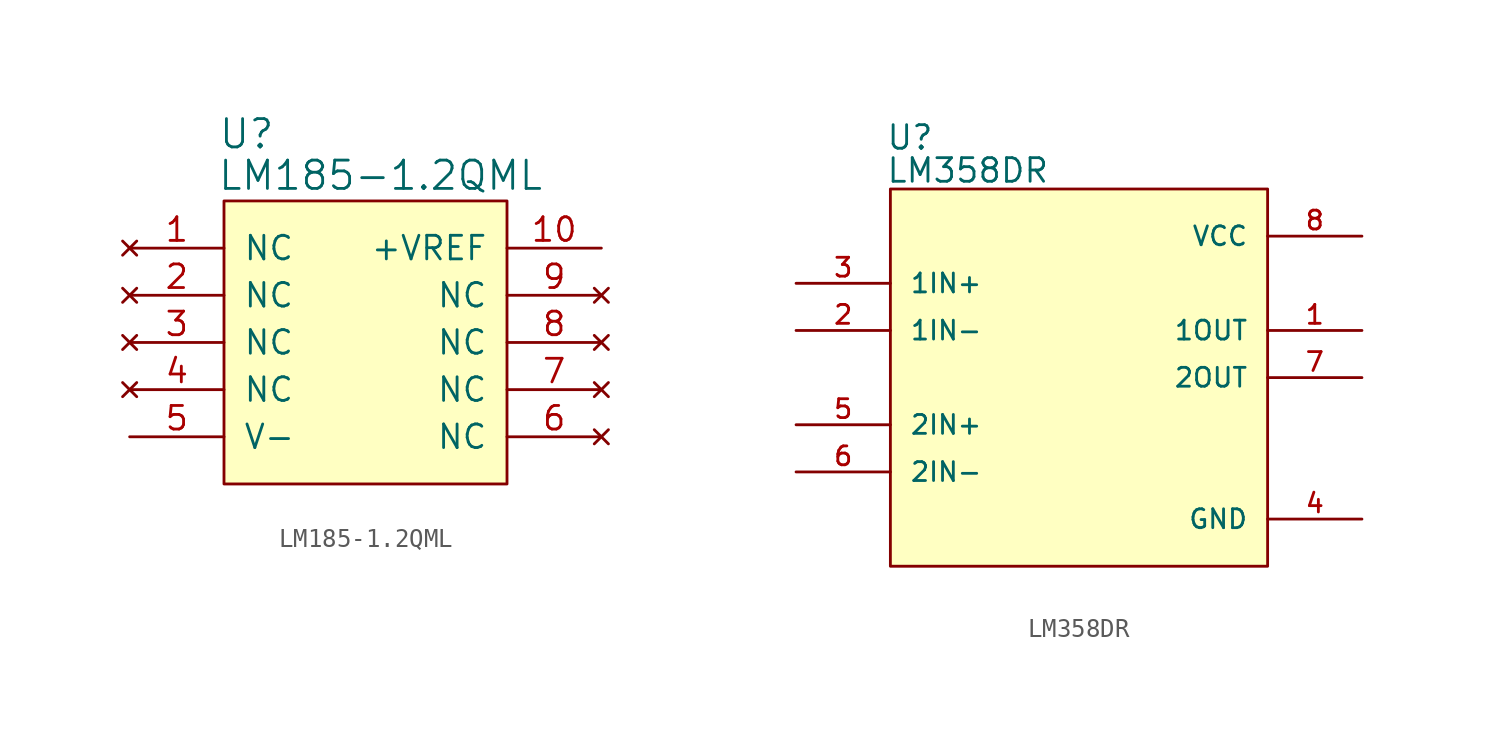
<source format=kicad_sym>
(kicad_symbol_lib
  (version 20220914)
  (generator kicad_symbol_editor)
  (symbol "LM185-1.2QML"
    (pin_names
      (offset 1.016))
    (property "Reference" "U"
      (at -6.401 11.227 0)
      (effects (font (size 1.524 1.524))))
    (property "Value" "LM185-1.2QML"
      (at 0.813 8.992 0)
      (effects (font (size 1.524 1.524))))
    (symbol "LM185-1.2QML_0_1"
      (rectangle (start 7.62 -7.62) (end -7.62 7.62) (stroke (width 0) (type default)) (fill (type background))))
    (symbol "LM185-1.2QML_1_1"
      (pin no_connect line (at -12.7 5.08 0) (length 5.08) (name "NC" (effects (font (size 1.27 1.27)))) (number "1" (effects (font (size 1.27 1.27)))))
      (pin power_out line (at 12.7 5.08 180) (length 5.08) (name "+VREF" (effects (font (size 1.27 1.27)))) (number "10" (effects (font (size 1.27 1.27)))))
      (pin no_connect line (at -12.7 2.54 0) (length 5.08) (name "NC" (effects (font (size 1.27 1.27)))) (number "2" (effects (font (size 1.27 1.27)))))
      (pin no_connect line (at -12.7 0 0) (length 5.08) (name "NC" (effects (font (size 1.27 1.27)))) (number "3" (effects (font (size 1.27 1.27)))))
      (pin no_connect line (at -12.7 -2.54 0) (length 5.08) (name "NC" (effects (font (size 1.27 1.27)))) (number "4" (effects (font (size 1.27 1.27)))))
      (pin power_in line (at -12.7 -5.08 0) (length 5.08) (name "V-" (effects (font (size 1.27 1.27)))) (number "5" (effects (font (size 1.27 1.27)))))
      (pin no_connect line (at 12.7 -5.08 180) (length 5.08) (name "NC" (effects (font (size 1.27 1.27)))) (number "6" (effects (font (size 1.27 1.27)))))
      (pin no_connect line (at 12.7 -2.54 180) (length 5.08) (name "NC" (effects (font (size 1.27 1.27)))) (number "7" (effects (font (size 1.27 1.27)))))
      (pin no_connect line (at 12.7 0 180) (length 5.08) (name "NC" (effects (font (size 1.27 1.27)))) (number "8" (effects (font (size 1.27 1.27)))))
      (pin no_connect line (at 12.7 2.54 180) (length 5.08) (name "NC" (effects (font (size 1.27 1.27)))) (number "9" (effects (font (size 1.27 1.27)))))))
  (symbol "LM358DR"
    (pin_names
      (offset 1.016))
    (property "Reference" "U"
      (at -10.414 12.192 0)
      (effects (font (size 1.27 1.27)) (justify left bottom)))
    (property "Value" "LM358DR"
      (at -10.414 10.414 0)
      (effects (font (size 1.27 1.27)) (justify left bottom)))
    (property "ki_locked" ""
      (at 0 0 0)
      (effects (font (size 1.27 1.27))))
    (symbol "LM358DR_0_0"
      (pin output line (at 15.24 2.54 180) (length 5.08) (name "1OUT" (effects (font (size 1.016 1.016)))) (number "1" (effects (font (size 1.016 1.016)))))
      (pin input line (at -15.24 2.54 0) (length 5.08) (name "1IN-" (effects (font (size 1.016 1.016)))) (number "2" (effects (font (size 1.016 1.016)))))
      (pin input line (at -15.24 5.08 0) (length 5.08) (name "1IN+" (effects (font (size 1.016 1.016)))) (number "3" (effects (font (size 1.016 1.016)))))
      (pin passive line (at 15.24 -7.62 180) (length 5.08) (name "GND" (effects (font (size 1.016 1.016)))) (number "4" (effects (font (size 1.016 1.016)))))
      (pin input line (at -15.24 -2.54 0) (length 5.08) (name "2IN+" (effects (font (size 1.016 1.016)))) (number "5" (effects (font (size 1.016 1.016)))))
      (pin input line (at -15.24 -5.08 0) (length 5.08) (name "2IN-" (effects (font (size 1.016 1.016)))) (number "6" (effects (font (size 1.016 1.016)))))
      (pin output line (at 15.24 0 180) (length 5.08) (name "2OUT" (effects (font (size 1.016 1.016)))) (number "7" (effects (font (size 1.016 1.016)))))
      (pin input line (at 15.24 7.62 180) (length 5.08) (name "VCC" (effects (font (size 1.016 1.016)))) (number "8" (effects (font (size 1.016 1.016))))))
    (symbol "LM358DR_0_1"
      (rectangle (start -10.16 10.16) (end 10.16 -10.16) (stroke (width 0) (type default)) (fill (type background))))))
</source>
